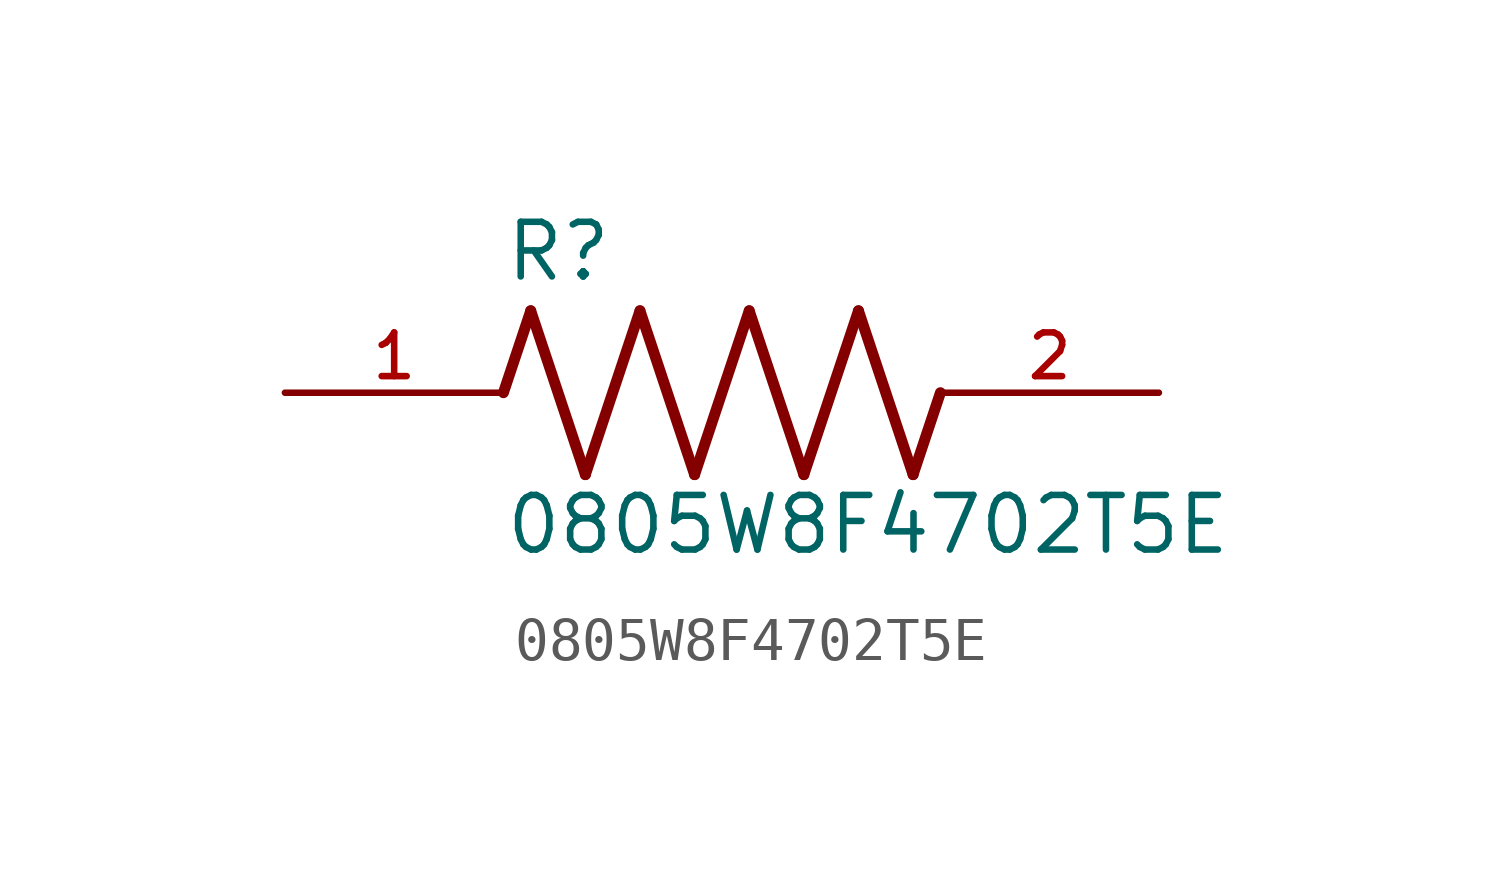
<source format=kicad_sym>
(kicad_symbol_lib
  (version 20211014)
  (generator kicad_symbol_editor)
  (symbol "0805W8F4702T5E"
    (pin_names
      (offset 1.016))
    (property "Reference" "R"
      (at -5.08 2.54 0)
      (effects (font (size 1.27 1.27)) (justify bottom left)))
    (property "Value" "0805W8F4702T5E"
      (at -5.08 -3.81 0)
      (effects (font (size 1.27 1.27)) (justify bottom left)))
    (symbol "0805W8F4702T5E_0_0"
      (polyline (pts (xy -5.08 0.0) (xy -4.445 1.905)) (stroke (width 0.254)))
      (polyline (pts (xy -4.445 1.905) (xy -3.175 -1.905)) (stroke (width 0.254)))
      (polyline (pts (xy -3.175 -1.905) (xy -1.905 1.905)) (stroke (width 0.254)))
      (polyline (pts (xy -1.905 1.905) (xy -0.635 -1.905)) (stroke (width 0.254)))
      (polyline (pts (xy -0.635 -1.905) (xy 0.635 1.905)) (stroke (width 0.254)))
      (polyline (pts (xy 0.635 1.905) (xy 1.905 -1.905)) (stroke (width 0.254)))
      (polyline (pts (xy 1.905 -1.905) (xy 3.175 1.905)) (stroke (width 0.254)))
      (polyline (pts (xy 3.175 1.905) (xy 4.445 -1.905)) (stroke (width 0.254)))
      (polyline (pts (xy 4.445 -1.905) (xy 5.08 0.0)) (stroke (width 0.254)))
      (pin passive line (at -10.16 0.0 0) (length 5.08) (name "~" (effects (font (size 1.016 1.016)))) (number "1" (effects (font (size 1.016 1.016)))))
      (pin passive line (at 10.16 0.0 180.0) (length 5.08) (name "~" (effects (font (size 1.016 1.016)))) (number "2" (effects (font (size 1.016 1.016))))))))
</source>
